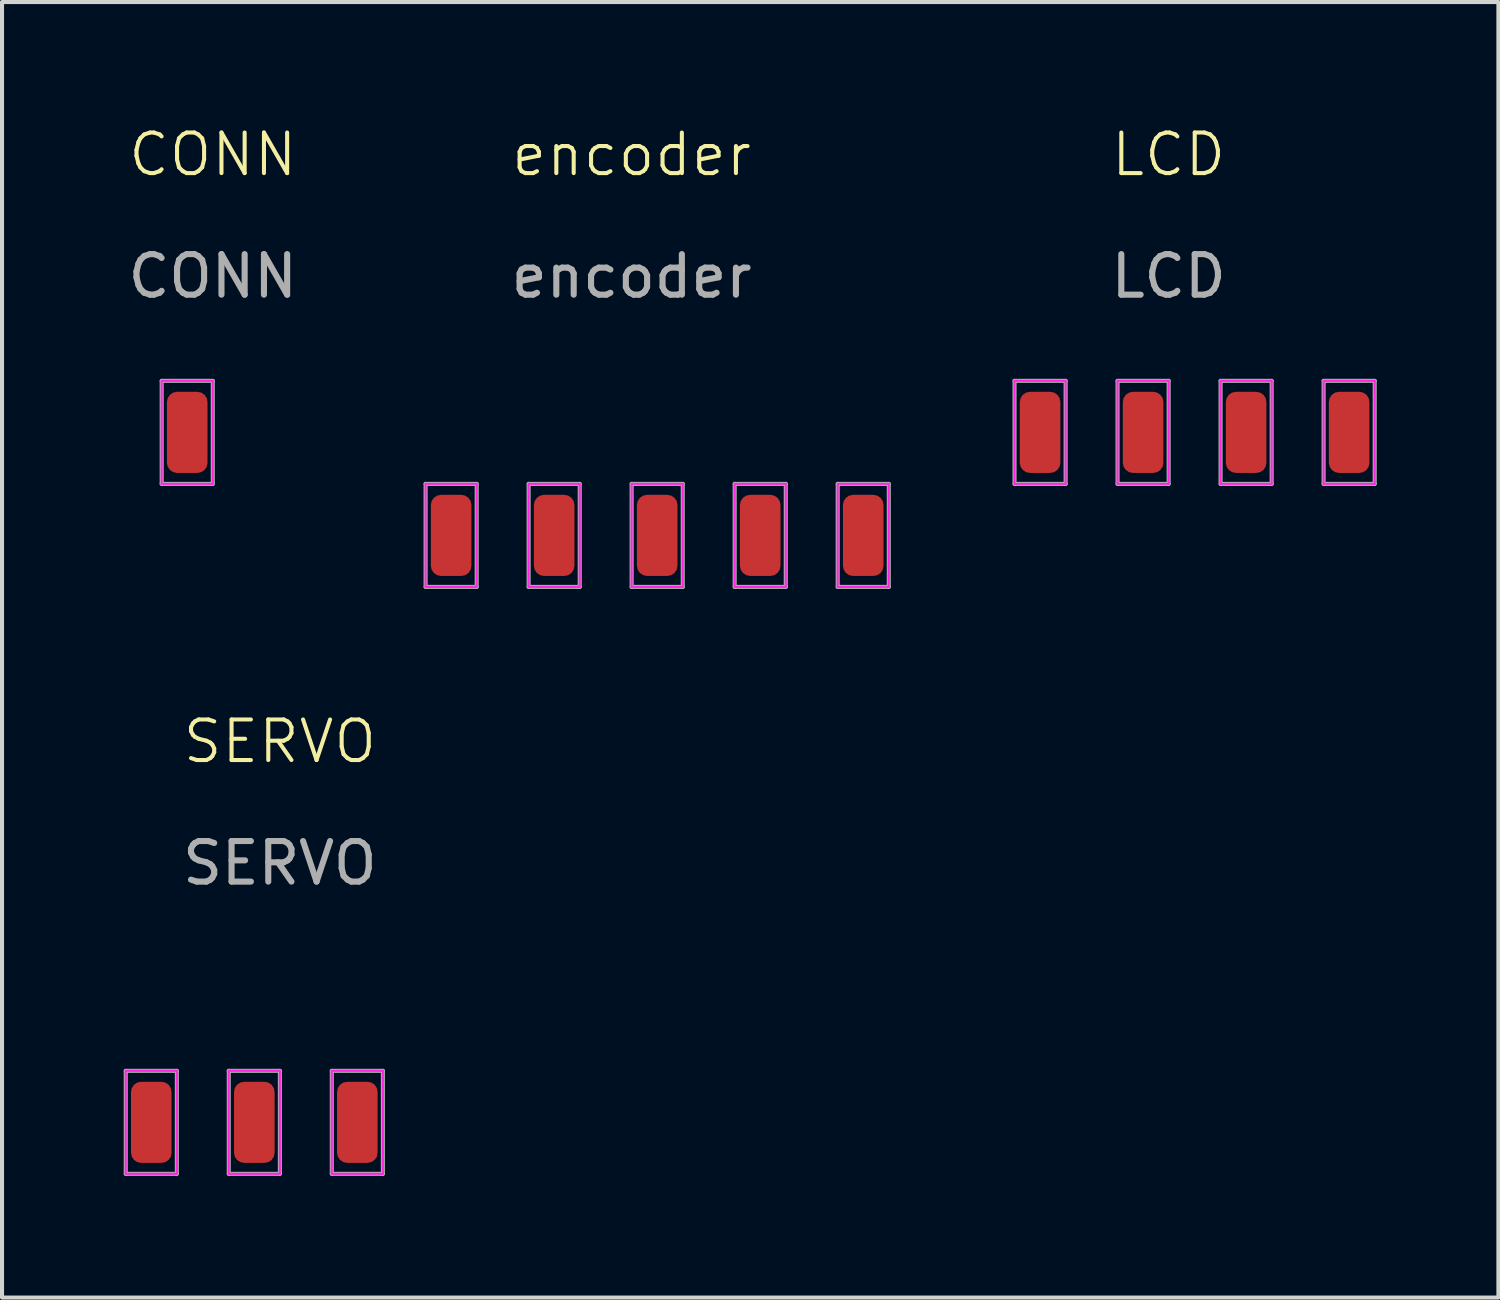
<source format=kicad_pcb>
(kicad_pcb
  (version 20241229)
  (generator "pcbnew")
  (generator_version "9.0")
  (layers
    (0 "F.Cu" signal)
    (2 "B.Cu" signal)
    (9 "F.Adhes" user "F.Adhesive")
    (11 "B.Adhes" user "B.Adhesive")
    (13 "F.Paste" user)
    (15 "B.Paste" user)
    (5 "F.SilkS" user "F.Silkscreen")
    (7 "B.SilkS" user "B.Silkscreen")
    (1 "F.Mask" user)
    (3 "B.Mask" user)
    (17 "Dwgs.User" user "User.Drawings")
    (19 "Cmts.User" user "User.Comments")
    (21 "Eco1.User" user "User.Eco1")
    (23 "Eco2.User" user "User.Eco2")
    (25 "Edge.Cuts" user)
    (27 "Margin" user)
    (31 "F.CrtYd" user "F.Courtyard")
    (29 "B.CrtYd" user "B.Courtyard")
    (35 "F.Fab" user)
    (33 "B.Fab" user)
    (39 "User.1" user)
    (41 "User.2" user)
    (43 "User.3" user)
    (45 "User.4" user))
  (footprint "LCD"
    (layer "F.Cu")
    (at 25.763 1.26)
    (property "Reference" "LCD" (at 0 -0.5 0) (unlocked yes) (layer "F.SilkS") (effects (font (size 1 1) (thickness 0.1))))
    (attr smd)
    (fp_line (start -3.8 5.08) (end -3.8 7.62) (stroke (width 0.05) (type solid)) (layer "F.CrtYd"))
    (fp_line (start -3.8 7.62) (end -2.54 7.62) (stroke (width 0.05) (type solid)) (layer "F.CrtYd"))
    (fp_line (start -2.54 5.08) (end -3.8 5.08) (stroke (width 0.05) (type solid)) (layer "F.CrtYd"))
    (fp_line (start -2.54 7.62) (end -2.54 5.08) (stroke (width 0.05) (type solid)) (layer "F.CrtYd"))
    (fp_line (start -1.26 5.08) (end -1.26 7.62) (stroke (width 0.05) (type solid)) (layer "F.CrtYd"))
    (fp_line (start -1.26 7.62) (end 0 7.62) (stroke (width 0.05) (type solid)) (layer "F.CrtYd"))
    (fp_line (start 0 5.08) (end -1.26 5.08) (stroke (width 0.05) (type solid)) (layer "F.CrtYd"))
    (fp_line (start 0 7.62) (end 0 5.08) (stroke (width 0.05) (type solid)) (layer "F.CrtYd"))
    (fp_line (start 1.28 5.08) (end 1.28 7.62) (stroke (width 0.05) (type solid)) (layer "F.CrtYd"))
    (fp_line (start 1.28 7.62) (end 2.54 7.62) (stroke (width 0.05) (type solid)) (layer "F.CrtYd"))
    (fp_line (start 2.54 5.08) (end 1.28 5.08) (stroke (width 0.05) (type solid)) (layer "F.CrtYd"))
    (fp_line (start 2.54 7.62) (end 2.54 5.08) (stroke (width 0.05) (type solid)) (layer "F.CrtYd"))
    (fp_line (start 3.82 5.08) (end 3.82 7.62) (stroke (width 0.05) (type solid)) (layer "F.CrtYd"))
    (fp_line (start 3.82 7.62) (end 5.08 7.62) (stroke (width 0.05) (type solid)) (layer "F.CrtYd"))
    (fp_line (start 5.08 5.08) (end 3.82 5.08) (stroke (width 0.05) (type solid)) (layer "F.CrtYd"))
    (fp_line (start 5.08 7.62) (end 5.08 5.08) (stroke (width 0.05) (type solid)) (layer "F.CrtYd"))
    (fp_line (start -3.8 5.08) (end -2.54 5.08) (stroke (width 0.1) (type solid)) (layer "F.Fab"))
    (fp_line (start -3.8 7.62) (end -3.8 5.08) (stroke (width 0.1) (type solid)) (layer "F.Fab"))
    (fp_line (start -2.54 5.08) (end -2.54 7.62) (stroke (width 0.1) (type solid)) (layer "F.Fab"))
    (fp_line (start -2.54 7.62) (end -3.8 7.62) (stroke (width 0.1) (type solid)) (layer "F.Fab"))
    (fp_line (start -1.26 5.08) (end 0 5.08) (stroke (width 0.1) (type solid)) (layer "F.Fab"))
    (fp_line (start -1.26 7.62) (end -1.26 5.08) (stroke (width 0.1) (type solid)) (layer "F.Fab"))
    (fp_line (start 0 5.08) (end 0 7.62) (stroke (width 0.1) (type solid)) (layer "F.Fab"))
    (fp_line (start 0 7.62) (end -1.26 7.62) (stroke (width 0.1) (type solid)) (layer "F.Fab"))
    (fp_line (start 1.28 5.08) (end 2.54 5.08) (stroke (width 0.1) (type solid)) (layer "F.Fab"))
    (fp_line (start 1.28 7.62) (end 1.28 5.08) (stroke (width 0.1) (type solid)) (layer "F.Fab"))
    (fp_line (start 2.54 5.08) (end 2.54 7.62) (stroke (width 0.1) (type solid)) (layer "F.Fab"))
    (fp_line (start 2.54 7.62) (end 1.28 7.62) (stroke (width 0.1) (type solid)) (layer "F.Fab"))
    (fp_line (start 3.82 5.08) (end 5.08 5.08) (stroke (width 0.1) (type solid)) (layer "F.Fab"))
    (fp_line (start 3.82 7.62) (end 3.82 5.08) (stroke (width 0.1) (type solid)) (layer "F.Fab"))
    (fp_line (start 5.08 5.08) (end 5.08 7.62) (stroke (width 0.1) (type solid)) (layer "F.Fab"))
    (fp_line (start 5.08 7.62) (end 3.82 7.62) (stroke (width 0.1) (type solid)) (layer "F.Fab"))
    (fp_text user "${REFERENCE}" (at 0 2.5 0) (unlocked yes) (layer "F.Fab") (effects (font (size 1 1) (thickness 0.15))))
    (pad "1" smd roundrect (at -3.17 6.35) (size 1 2) (layers "F.Cu" "F.Mask" "F.Paste") (roundrect_rratio 0.25))
    (pad "2" smd roundrect (at -0.63 6.35) (size 1 2) (layers "F.Cu" "F.Mask" "F.Paste") (roundrect_rratio 0.25))
    (pad "3" smd roundrect (at 1.91 6.35) (size 1 2) (layers "F.Cu" "F.Mask" "F.Paste") (roundrect_rratio 0.25))
    (pad "4" smd roundrect (at 4.45 6.35) (size 1 2) (layers "F.Cu" "F.Mask" "F.Paste") (roundrect_rratio 0.25)))
  (footprint "SERVO"
    (layer "F.Cu")
    (at 3.85 15.731)
    (property "Reference" "SERVO" (at 0 -0.5 0) (unlocked yes) (layer "F.SilkS") (effects (font (size 1 1) (thickness 0.1))))
    (attr smd)
    (fp_line (start -3.8 7.62) (end -3.8 10.16) (stroke (width 0.05) (type solid)) (layer "F.CrtYd"))
    (fp_line (start -3.8 10.16) (end -2.54 10.16) (stroke (width 0.05) (type solid)) (layer "F.CrtYd"))
    (fp_line (start -2.54 7.62) (end -3.8 7.62) (stroke (width 0.05) (type solid)) (layer "F.CrtYd"))
    (fp_line (start -2.54 10.16) (end -2.54 7.62) (stroke (width 0.05) (type solid)) (layer "F.CrtYd"))
    (fp_line (start -1.26 7.62) (end -1.26 10.16) (stroke (width 0.05) (type solid)) (layer "F.CrtYd"))
    (fp_line (start -1.26 10.16) (end 0 10.16) (stroke (width 0.05) (type solid)) (layer "F.CrtYd"))
    (fp_line (start 0 7.62) (end -1.26 7.62) (stroke (width 0.05) (type solid)) (layer "F.CrtYd"))
    (fp_line (start 0 10.16) (end 0 7.62) (stroke (width 0.05) (type solid)) (layer "F.CrtYd"))
    (fp_line (start 1.28 7.62) (end 1.28 10.16) (stroke (width 0.05) (type solid)) (layer "F.CrtYd"))
    (fp_line (start 1.28 10.16) (end 2.54 10.16) (stroke (width 0.05) (type solid)) (layer "F.CrtYd"))
    (fp_line (start 2.54 7.62) (end 1.28 7.62) (stroke (width 0.05) (type solid)) (layer "F.CrtYd"))
    (fp_line (start 2.54 10.16) (end 2.54 7.62) (stroke (width 0.05) (type solid)) (layer "F.CrtYd"))
    (fp_line (start -3.8 7.62) (end -2.54 7.62) (stroke (width 0.1) (type solid)) (layer "F.Fab"))
    (fp_line (start -3.8 10.16) (end -3.8 7.62) (stroke (width 0.1) (type solid)) (layer "F.Fab"))
    (fp_line (start -2.54 7.62) (end -2.54 10.16) (stroke (width 0.1) (type solid)) (layer "F.Fab"))
    (fp_line (start -2.54 10.16) (end -3.8 10.16) (stroke (width 0.1) (type solid)) (layer "F.Fab"))
    (fp_line (start -1.26 7.62) (end 0 7.62) (stroke (width 0.1) (type solid)) (layer "F.Fab"))
    (fp_line (start -1.26 10.16) (end -1.26 7.62) (stroke (width 0.1) (type solid)) (layer "F.Fab"))
    (fp_line (start 0 7.62) (end 0 10.16) (stroke (width 0.1) (type solid)) (layer "F.Fab"))
    (fp_line (start 0 10.16) (end -1.26 10.16) (stroke (width 0.1) (type solid)) (layer "F.Fab"))
    (fp_line (start 1.28 7.62) (end 2.54 7.62) (stroke (width 0.1) (type solid)) (layer "F.Fab"))
    (fp_line (start 1.28 10.16) (end 1.28 7.62) (stroke (width 0.1) (type solid)) (layer "F.Fab"))
    (fp_line (start 2.54 7.62) (end 2.54 10.16) (stroke (width 0.1) (type solid)) (layer "F.Fab"))
    (fp_line (start 2.54 10.16) (end 1.28 10.16) (stroke (width 0.1) (type solid)) (layer "F.Fab"))
    (fp_text user "${REFERENCE}" (at 0 2.5 0) (unlocked yes) (layer "F.Fab") (effects (font (size 1 1) (thickness 0.15))))
    (pad "1" smd roundrect (at -3.17 8.89) (size 1 2) (layers "F.Cu" "F.Mask" "F.Paste") (roundrect_rratio 0.25))
    (pad "2" smd roundrect (at -0.63 8.89) (size 1 2) (layers "F.Cu" "F.Mask" "F.Paste") (roundrect_rratio 0.25))
    (pad "3" smd roundrect (at 1.91 8.89) (size 1 2) (layers "F.Cu" "F.Mask" "F.Paste") (roundrect_rratio 0.25)))
  (footprint "CONN"
    (layer "F.Cu")
    (at 2.196 1.26)
    (property "Reference" "CONN" (at 0 -0.5 0) (unlocked yes) (layer "F.SilkS") (effects (font (size 1 1) (thickness 0.1))))
    (fp_line (start -1.26 5.08) (end -1.26 7.62) (stroke (width 0.05) (type solid)) (layer "F.CrtYd"))
    (fp_line (start -1.26 7.62) (end 0 7.62) (stroke (width 0.05) (type solid)) (layer "F.CrtYd"))
    (fp_line (start 0 5.08) (end -1.26 5.08) (stroke (width 0.05) (type solid)) (layer "F.CrtYd"))
    (fp_line (start 0 7.62) (end 0 5.08) (stroke (width 0.05) (type solid)) (layer "F.CrtYd"))
    (fp_line (start -1.26 5.08) (end 0 5.08) (stroke (width 0.1) (type solid)) (layer "F.Fab"))
    (fp_line (start -1.26 7.62) (end -1.26 5.08) (stroke (width 0.1) (type solid)) (layer "F.Fab"))
    (fp_line (start 0 5.08) (end 0 7.62) (stroke (width 0.1) (type solid)) (layer "F.Fab"))
    (fp_line (start 0 7.62) (end -1.26 7.62) (stroke (width 0.1) (type solid)) (layer "F.Fab"))
    (fp_text user "${REFERENCE}" (at 0 2.5 0) (unlocked yes) (layer "F.Fab") (effects (font (size 1 1) (thickness 0.15))))
    (pad "1" smd roundrect (at -0.63 6.35) (size 1 2) (layers "F.Cu" "F.Mask" "F.Paste") (roundrect_rratio 0.25)))
  (footprint "encoder"
    (layer "F.Cu")
    (at 12.523 1.26)
    (property "Reference" "encoder" (at 0 -0.5 0) (unlocked yes) (layer "F.SilkS") (effects (font (size 1 1) (thickness 0.1))))
    (attr smd)
    (fp_line (start -5.08 7.62) (end -5.08 10.16) (stroke (width 0.05) (type solid)) (layer "F.CrtYd"))
    (fp_line (start -5.08 10.16) (end -3.82 10.16) (stroke (width 0.05) (type solid)) (layer "F.CrtYd"))
    (fp_line (start -3.82 7.62) (end -5.08 7.62) (stroke (width 0.05) (type solid)) (layer "F.CrtYd"))
    (fp_line (start -3.82 10.16) (end -3.82 7.62) (stroke (width 0.05) (type solid)) (layer "F.CrtYd"))
    (fp_line (start -2.54 7.62) (end -2.54 10.16) (stroke (width 0.05) (type solid)) (layer "F.CrtYd"))
    (fp_line (start -2.54 10.16) (end -1.28 10.16) (stroke (width 0.05) (type solid)) (layer "F.CrtYd"))
    (fp_line (start -1.28 7.62) (end -2.54 7.62) (stroke (width 0.05) (type solid)) (layer "F.CrtYd"))
    (fp_line (start -1.28 10.16) (end -1.28 7.62) (stroke (width 0.05) (type solid)) (layer "F.CrtYd"))
    (fp_line (start 0 7.62) (end 0 10.16) (stroke (width 0.05) (type solid)) (layer "F.CrtYd"))
    (fp_line (start 0 10.16) (end 1.26 10.16) (stroke (width 0.05) (type solid)) (layer "F.CrtYd"))
    (fp_line (start 1.26 7.62) (end 0 7.62) (stroke (width 0.05) (type solid)) (layer "F.CrtYd"))
    (fp_line (start 1.26 10.16) (end 1.26 7.62) (stroke (width 0.05) (type solid)) (layer "F.CrtYd"))
    (fp_line (start 2.54 7.62) (end 2.54 10.16) (stroke (width 0.05) (type solid)) (layer "F.CrtYd"))
    (fp_line (start 2.54 10.16) (end 3.8 10.16) (stroke (width 0.05) (type solid)) (layer "F.CrtYd"))
    (fp_line (start 3.8 7.62) (end 2.54 7.62) (stroke (width 0.05) (type solid)) (layer "F.CrtYd"))
    (fp_line (start 3.8 10.16) (end 3.8 7.62) (stroke (width 0.05) (type solid)) (layer "F.CrtYd"))
    (fp_line (start 5.08 7.62) (end 5.08 10.16) (stroke (width 0.05) (type solid)) (layer "F.CrtYd"))
    (fp_line (start 5.08 10.16) (end 6.34 10.16) (stroke (width 0.05) (type solid)) (layer "F.CrtYd"))
    (fp_line (start 6.34 7.62) (end 5.08 7.62) (stroke (width 0.05) (type solid)) (layer "F.CrtYd"))
    (fp_line (start 6.34 10.16) (end 6.34 7.62) (stroke (width 0.05) (type solid)) (layer "F.CrtYd"))
    (fp_line (start -5.08 7.62) (end -3.82 7.62) (stroke (width 0.1) (type solid)) (layer "F.Fab"))
    (fp_line (start -5.08 10.16) (end -5.08 7.62) (stroke (width 0.1) (type solid)) (layer "F.Fab"))
    (fp_line (start -3.82 7.62) (end -3.82 10.16) (stroke (width 0.1) (type solid)) (layer "F.Fab"))
    (fp_line (start -3.82 10.16) (end -5.08 10.16) (stroke (width 0.1) (type solid)) (layer "F.Fab"))
    (fp_line (start -2.54 7.62) (end -1.28 7.62) (stroke (width 0.1) (type solid)) (layer "F.Fab"))
    (fp_line (start -2.54 10.16) (end -2.54 7.62) (stroke (width 0.1) (type solid)) (layer "F.Fab"))
    (fp_line (start -1.28 7.62) (end -1.28 10.16) (stroke (width 0.1) (type solid)) (layer "F.Fab"))
    (fp_line (start -1.28 10.16) (end -2.54 10.16) (stroke (width 0.1) (type solid)) (layer "F.Fab"))
    (fp_line (start 0 7.62) (end 1.26 7.62) (stroke (width 0.1) (type solid)) (layer "F.Fab"))
    (fp_line (start 0 10.16) (end 0 7.62) (stroke (width 0.1) (type solid)) (layer "F.Fab"))
    (fp_line (start 1.26 7.62) (end 1.26 10.16) (stroke (width 0.1) (type solid)) (layer "F.Fab"))
    (fp_line (start 1.26 10.16) (end 0 10.16) (stroke (width 0.1) (type solid)) (layer "F.Fab"))
    (fp_line (start 2.54 7.62) (end 3.8 7.62) (stroke (width 0.1) (type solid)) (layer "F.Fab"))
    (fp_line (start 2.54 10.16) (end 2.54 7.62) (stroke (width 0.1) (type solid)) (layer "F.Fab"))
    (fp_line (start 3.8 7.62) (end 3.8 10.16) (stroke (width 0.1) (type solid)) (layer "F.Fab"))
    (fp_line (start 3.8 10.16) (end 2.54 10.16) (stroke (width 0.1) (type solid)) (layer "F.Fab"))
    (fp_line (start 5.08 7.62) (end 6.34 7.62) (stroke (width 0.1) (type solid)) (layer "F.Fab"))
    (fp_line (start 5.08 10.16) (end 5.08 7.62) (stroke (width 0.1) (type solid)) (layer "F.Fab"))
    (fp_line (start 6.34 7.62) (end 6.34 10.16) (stroke (width 0.1) (type solid)) (layer "F.Fab"))
    (fp_line (start 6.34 10.16) (end 5.08 10.16) (stroke (width 0.1) (type solid)) (layer "F.Fab"))
    (fp_text user "${REFERENCE}" (at 0 2.5 0) (unlocked yes) (layer "F.Fab") (effects (font (size 1 1) (thickness 0.15))))
    (pad "A" smd roundrect (at 0.63 8.89) (size 1 2) (layers "F.Cu" "F.Mask" "F.Paste") (roundrect_rratio 0.25))
    (pad "B" smd roundrect (at 3.17 8.89) (size 1 2) (layers "F.Cu" "F.Mask" "F.Paste") (roundrect_rratio 0.25))
    (pad "C" smd roundrect (at 5.71 8.89) (size 1 2) (layers "F.Cu" "F.Mask" "F.Paste") (roundrect_rratio 0.25))
    (pad "S1" smd roundrect (at -4.45 8.89) (size 1 2) (layers "F.Cu" "F.Mask" "F.Paste") (roundrect_rratio 0.25))
    (pad "S2" smd roundrect (at -1.91 8.89) (size 1 2) (layers "F.Cu" "F.Mask" "F.Paste") (roundrect_rratio 0.25)))
  (gr_rect
    (start -3 -3)
    (end 33.893 28.941)
    (stroke (width 0.1) (type default))
    (fill no)
    (layer "Edge.Cuts")))
</source>
